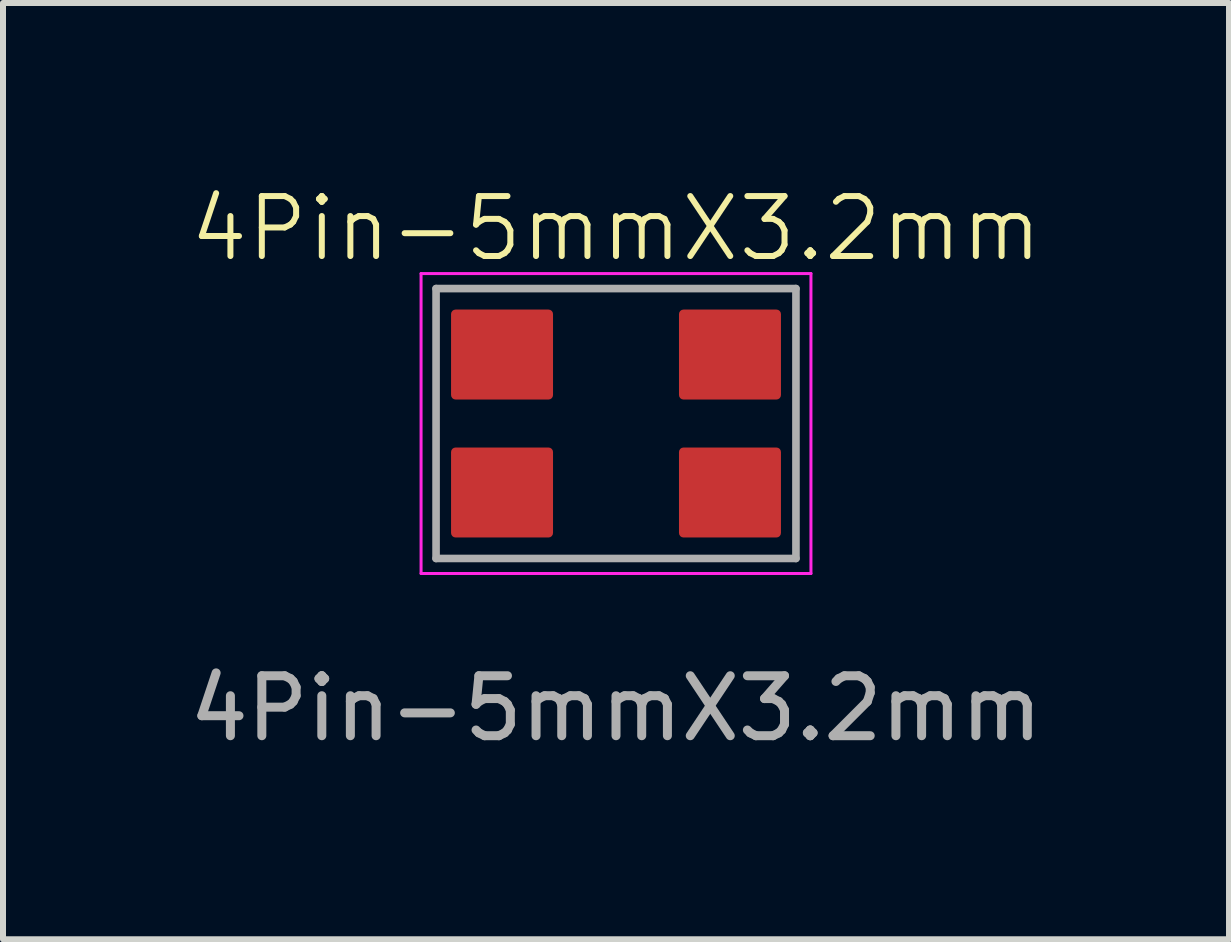
<source format=kicad_pcb>
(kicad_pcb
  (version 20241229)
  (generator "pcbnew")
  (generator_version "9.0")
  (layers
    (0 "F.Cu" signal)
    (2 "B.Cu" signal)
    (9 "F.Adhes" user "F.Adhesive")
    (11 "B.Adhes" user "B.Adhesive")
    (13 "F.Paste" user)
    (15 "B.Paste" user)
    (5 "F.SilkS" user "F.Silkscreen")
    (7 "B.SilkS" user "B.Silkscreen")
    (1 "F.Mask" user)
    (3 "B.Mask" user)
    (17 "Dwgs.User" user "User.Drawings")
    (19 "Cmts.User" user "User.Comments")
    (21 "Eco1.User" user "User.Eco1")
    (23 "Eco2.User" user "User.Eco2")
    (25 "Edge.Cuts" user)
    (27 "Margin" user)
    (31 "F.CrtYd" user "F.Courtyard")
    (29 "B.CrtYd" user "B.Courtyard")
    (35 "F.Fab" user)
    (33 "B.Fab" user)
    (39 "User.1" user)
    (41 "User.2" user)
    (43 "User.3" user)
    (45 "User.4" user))
  (footprint "4Pin-5mmX3.2mm"
    (layer "F.Cu")
    (at 7.22 4.011)
    (property "Reference" "4Pin-5mmX3.2mm" (at 0 -3.25 0) (unlocked yes) (layer "F.SilkS") (effects (font (size 1 1) (thickness 0.1))))
    (attr smd)
    (fp_line (start -3.25 2.5) (end -3.25 -2.5) (stroke (width 0.05) (type solid)) (layer "F.CrtYd"))
    (fp_line (start 3.25 -2.5) (end -3.25 -2.5) (stroke (width 0.05) (type solid)) (layer "F.CrtYd"))
    (fp_line (start 3.25 2.5) (end -3.25 2.5) (stroke (width 0.05) (type solid)) (layer "F.CrtYd"))
    (fp_line (start 3.25 2.5) (end 3.25 -2.5) (stroke (width 0.05) (type solid)) (layer "F.CrtYd"))
    (fp_line (start -3 -2.25) (end -3 2.25) (stroke (width 0.127) (type solid)) (layer "F.Fab"))
    (fp_line (start 3 -2.25) (end -3 -2.25) (stroke (width 0.127) (type solid)) (layer "F.Fab"))
    (fp_line (start 3 -2.25) (end 3 2.25) (stroke (width 0.127) (type solid)) (layer "F.Fab"))
    (fp_line (start 3 2.25) (end -3 2.25) (stroke (width 0.127) (type solid)) (layer "F.Fab"))
    (fp_text user "${REFERENCE}" (at 0 4.75 0) (unlocked yes) (layer "F.Fab") (effects (font (size 1 1) (thickness 0.15))))
    (pad "1" smd roundrect (at -1.9 -1.15) (size 1.7 1.5) (layers "F.Cu" "F.Mask" "F.Paste") (roundrect_rratio 0.05))
    (pad "2" smd roundrect (at 1.9 -1.15) (size 1.7 1.5) (layers "F.Cu" "F.Mask" "F.Paste") (roundrect_rratio 0.05))
    (pad "3" smd roundrect (at 1.9 1.15) (size 1.7 1.5) (layers "F.Cu" "F.Mask" "F.Paste") (roundrect_rratio 0.05))
    (pad "4" smd roundrect (at -1.9 1.15) (size 1.7 1.5) (layers "F.Cu" "F.Mask" "F.Paste") (roundrect_rratio 0.05)))
  (gr_rect
    (start -3 -3)
    (end 17.44 12.609)
    (stroke (width 0.1) (type default))
    (fill no)
    (layer "Edge.Cuts")))
</source>
